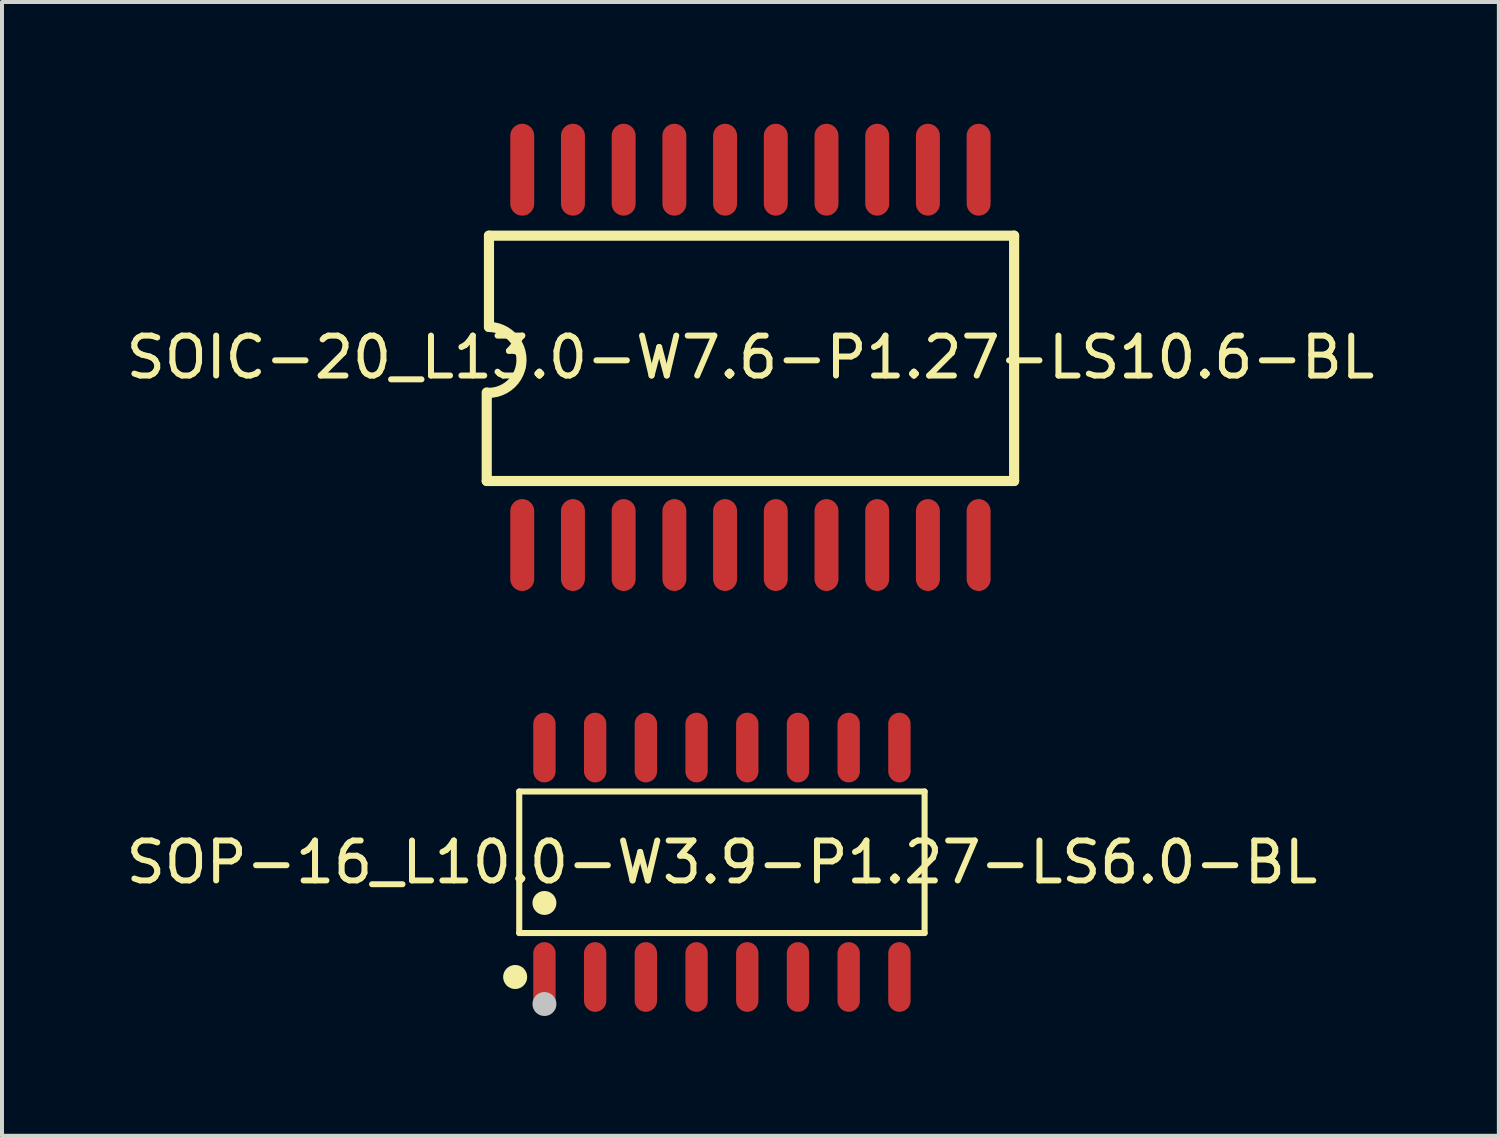
<source format=kicad_pcb>
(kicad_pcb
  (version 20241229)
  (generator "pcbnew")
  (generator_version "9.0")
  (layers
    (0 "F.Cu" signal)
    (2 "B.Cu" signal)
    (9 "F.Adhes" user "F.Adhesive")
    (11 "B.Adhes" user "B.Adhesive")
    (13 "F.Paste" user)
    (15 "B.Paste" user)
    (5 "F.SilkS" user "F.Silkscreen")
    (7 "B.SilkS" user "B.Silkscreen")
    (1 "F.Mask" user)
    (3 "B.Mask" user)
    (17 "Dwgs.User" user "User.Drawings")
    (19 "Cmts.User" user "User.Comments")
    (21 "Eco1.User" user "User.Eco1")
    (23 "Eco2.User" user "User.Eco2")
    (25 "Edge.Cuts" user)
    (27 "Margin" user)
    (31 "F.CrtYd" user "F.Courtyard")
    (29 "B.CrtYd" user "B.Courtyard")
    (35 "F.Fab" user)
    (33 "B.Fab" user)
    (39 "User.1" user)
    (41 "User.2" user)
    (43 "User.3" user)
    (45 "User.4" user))
  (footprint "SOP-16_L10.0-W3.9-P1.27-LS6.0-BL"
    (layer "F.Cu")
    (at 15.03 18.545)
    (property "Reference" "SOP-16_L10.0-W3.9-P1.27-LS6.0-BL" (at 0 0 0) (layer "F.SilkS") (effects (font (size 1 1) (thickness 0.15))))
    (fp_line (start -5.076 -1.772) (end 5.076 -1.772) (stroke (width 0.152) (type default)) (layer "F.SilkS"))
    (fp_line (start -5.076 1.772) (end -5.076 -1.772) (stroke (width 0.152) (type default)) (layer "F.SilkS"))
    (fp_line (start 5.076 -1.772) (end 5.076 1.772) (stroke (width 0.152) (type default)) (layer "F.SilkS"))
    (fp_line (start 5.076 1.772) (end -5.076 1.772) (stroke (width 0.152) (type default)) (layer "F.SilkS"))
    (fp_circle (center -5.178 2.873) (end -5.027 2.873) (stroke (width 0.3) (type default)) (fill no) (layer "F.SilkS"))
    (fp_circle (center -4.445 1.019) (end -4.295 1.019) (stroke (width 0.3) (type default)) (fill no) (layer "F.SilkS"))
    (fp_circle (center -4.445 3.55) (end -4.295 3.55) (stroke (width 0.3) (type default)) (fill no) (layer "Dwgs.User"))
    (fp_poly (pts (xy -4.65 -2.165) (xy -4.65 -3) (xy -4.24 -3) (xy -4.24 -2.165)) (stroke (width 0.1) (type default)) (fill no) (layer "User.1"))
    (fp_poly (pts (xy -4.65 -1.94) (xy -4.65 -2.175) (xy -4.24 -2.175) (xy -4.24 -1.94)) (stroke (width 0.1) (type default)) (fill no) (layer "User.1"))
    (fp_poly (pts (xy -4.65 2.175) (xy -4.65 1.94) (xy -4.24 1.94) (xy -4.24 2.175)) (stroke (width 0.1) (type default)) (fill no) (layer "User.1"))
    (fp_poly (pts (xy -4.65 3) (xy -4.65 2.165) (xy -4.24 2.165) (xy -4.24 3)) (stroke (width 0.1) (type default)) (fill no) (layer "User.1"))
    (fp_poly (pts (xy -3.38 -2.165) (xy -3.38 -3) (xy -2.97 -3) (xy -2.97 -2.165)) (stroke (width 0.1) (type default)) (fill no) (layer "User.1"))
    (fp_poly (pts (xy -3.38 -1.94) (xy -3.38 -2.175) (xy -2.97 -2.175) (xy -2.97 -1.94)) (stroke (width 0.1) (type default)) (fill no) (layer "User.1"))
    (fp_poly (pts (xy -3.38 2.175) (xy -3.38 1.94) (xy -2.97 1.94) (xy -2.97 2.175)) (stroke (width 0.1) (type default)) (fill no) (layer "User.1"))
    (fp_poly (pts (xy -3.38 3) (xy -3.38 2.165) (xy -2.97 2.165) (xy -2.97 3)) (stroke (width 0.1) (type default)) (fill no) (layer "User.1"))
    (fp_poly (pts (xy -2.11 -2.165) (xy -2.11 -3) (xy -1.7 -3) (xy -1.7 -2.165)) (stroke (width 0.1) (type default)) (fill no) (layer "User.1"))
    (fp_poly (pts (xy -2.11 -1.94) (xy -2.11 -2.175) (xy -1.7 -2.175) (xy -1.7 -1.94)) (stroke (width 0.1) (type default)) (fill no) (layer "User.1"))
    (fp_poly (pts (xy -2.11 2.175) (xy -2.11 1.94) (xy -1.7 1.94) (xy -1.7 2.175)) (stroke (width 0.1) (type default)) (fill no) (layer "User.1"))
    (fp_poly (pts (xy -2.11 3) (xy -2.11 2.165) (xy -1.7 2.165) (xy -1.7 3)) (stroke (width 0.1) (type default)) (fill no) (layer "User.1"))
    (fp_poly (pts (xy -0.84 -2.165) (xy -0.84 -3) (xy -0.43 -3) (xy -0.43 -2.165)) (stroke (width 0.1) (type default)) (fill no) (layer "User.1"))
    (fp_poly (pts (xy -0.84 -1.94) (xy -0.84 -2.175) (xy -0.43 -2.175) (xy -0.43 -1.94)) (stroke (width 0.1) (type default)) (fill no) (layer "User.1"))
    (fp_poly (pts (xy -0.84 2.175) (xy -0.84 1.94) (xy -0.43 1.94) (xy -0.43 2.175)) (stroke (width 0.1) (type default)) (fill no) (layer "User.1"))
    (fp_poly (pts (xy -0.84 3) (xy -0.84 2.165) (xy -0.43 2.165) (xy -0.43 3)) (stroke (width 0.1) (type default)) (fill no) (layer "User.1"))
    (fp_poly (pts (xy 0.43 -2.165) (xy 0.43 -3) (xy 0.84 -3) (xy 0.84 -2.165)) (stroke (width 0.1) (type default)) (fill no) (layer "User.1"))
    (fp_poly (pts (xy 0.43 -1.94) (xy 0.43 -2.175) (xy 0.84 -2.175) (xy 0.84 -1.94)) (stroke (width 0.1) (type default)) (fill no) (layer "User.1"))
    (fp_poly (pts (xy 0.43 2.175) (xy 0.43 1.94) (xy 0.84 1.94) (xy 0.84 2.175)) (stroke (width 0.1) (type default)) (fill no) (layer "User.1"))
    (fp_poly (pts (xy 0.43 3) (xy 0.43 2.165) (xy 0.84 2.165) (xy 0.84 3)) (stroke (width 0.1) (type default)) (fill no) (layer "User.1"))
    (fp_poly (pts (xy 1.7 -2.165) (xy 1.7 -3) (xy 2.11 -3) (xy 2.11 -2.165)) (stroke (width 0.1) (type default)) (fill no) (layer "User.1"))
    (fp_poly (pts (xy 1.7 -1.94) (xy 1.7 -2.175) (xy 2.11 -2.175) (xy 2.11 -1.94)) (stroke (width 0.1) (type default)) (fill no) (layer "User.1"))
    (fp_poly (pts (xy 1.7 2.175) (xy 1.7 1.94) (xy 2.11 1.94) (xy 2.11 2.175)) (stroke (width 0.1) (type default)) (fill no) (layer "User.1"))
    (fp_poly (pts (xy 1.7 3) (xy 1.7 2.165) (xy 2.11 2.165) (xy 2.11 3)) (stroke (width 0.1) (type default)) (fill no) (layer "User.1"))
    (fp_poly (pts (xy 2.97 -2.165) (xy 2.97 -3) (xy 3.38 -3) (xy 3.38 -2.165)) (stroke (width 0.1) (type default)) (fill no) (layer "User.1"))
    (fp_poly (pts (xy 2.97 -1.94) (xy 2.97 -2.175) (xy 3.38 -2.175) (xy 3.38 -1.94)) (stroke (width 0.1) (type default)) (fill no) (layer "User.1"))
    (fp_poly (pts (xy 2.97 2.175) (xy 2.97 1.94) (xy 3.38 1.94) (xy 3.38 2.175)) (stroke (width 0.1) (type default)) (fill no) (layer "User.1"))
    (fp_poly (pts (xy 2.97 3) (xy 2.97 2.165) (xy 3.38 2.165) (xy 3.38 3)) (stroke (width 0.1) (type default)) (fill no) (layer "User.1"))
    (fp_poly (pts (xy 4.24 -2.165) (xy 4.24 -3) (xy 4.65 -3) (xy 4.65 -2.165)) (stroke (width 0.1) (type default)) (fill no) (layer "User.1"))
    (fp_poly (pts (xy 4.24 -1.94) (xy 4.24 -2.175) (xy 4.65 -2.175) (xy 4.65 -1.94)) (stroke (width 0.1) (type default)) (fill no) (layer "User.1"))
    (fp_poly (pts (xy 4.24 2.175) (xy 4.24 1.94) (xy 4.65 1.94) (xy 4.65 2.175)) (stroke (width 0.1) (type default)) (fill no) (layer "User.1"))
    (fp_poly (pts (xy 4.24 3) (xy 4.24 2.165) (xy 4.65 2.165) (xy 4.65 3)) (stroke (width 0.1) (type default)) (fill no) (layer "User.1"))
    (fp_line (start -4.95 -1.95) (end 4.95 -1.95) (stroke (width 0.051) (type default)) (layer "User.2"))
    (fp_line (start -4.95 1.95) (end -4.95 -1.95) (stroke (width 0.051) (type default)) (layer "User.2"))
    (fp_line (start 4.95 -1.95) (end 4.95 1.95) (stroke (width 0.051) (type default)) (layer "User.2"))
    (fp_line (start 4.95 1.95) (end -4.95 1.95) (stroke (width 0.051) (type default)) (layer "User.2"))
    (fp_poly (pts (xy -4.94 3.15) (xy -4.958 3.108) (xy -5 3.09) (xy -5.042 3.108) (xy -5.06 3.15) (xy -5.042 3.192) (xy -5 3.21) (xy -4.958 3.192)) (stroke (width 0.1) (type default)) (fill no) (layer "User.3"))
    (pad "1" smd oval (at -4.445 2.873) (size 0.56 1.745) (layers "F.Cu" "F.Mask" "F.Paste"))
    (pad "2" smd oval (at -3.175 2.873) (size 0.56 1.745) (layers "F.Cu" "F.Mask" "F.Paste"))
    (pad "3" smd oval (at -1.905 2.873) (size 0.56 1.745) (layers "F.Cu" "F.Mask" "F.Paste"))
    (pad "4" smd oval (at -0.635 2.873) (size 0.56 1.745) (layers "F.Cu" "F.Mask" "F.Paste"))
    (pad "5" smd oval (at 0.635 2.873) (size 0.56 1.745) (layers "F.Cu" "F.Mask" "F.Paste"))
    (pad "6" smd oval (at 1.905 2.873) (size 0.56 1.745) (layers "F.Cu" "F.Mask" "F.Paste"))
    (pad "7" smd oval (at 3.175 2.873) (size 0.56 1.745) (layers "F.Cu" "F.Mask" "F.Paste"))
    (pad "8" smd oval (at 4.445 2.873) (size 0.56 1.745) (layers "F.Cu" "F.Mask" "F.Paste"))
    (pad "9" smd oval (at 4.445 -2.873) (size 0.56 1.745) (layers "F.Cu" "F.Mask" "F.Paste"))
    (pad "10" smd oval (at 3.175 -2.873) (size 0.56 1.745) (layers "F.Cu" "F.Mask" "F.Paste"))
    (pad "11" smd oval (at 1.905 -2.873) (size 0.56 1.745) (layers "F.Cu" "F.Mask" "F.Paste"))
    (pad "12" smd oval (at 0.635 -2.873) (size 0.56 1.745) (layers "F.Cu" "F.Mask" "F.Paste"))
    (pad "13" smd oval (at -0.635 -2.873) (size 0.56 1.745) (layers "F.Cu" "F.Mask" "F.Paste"))
    (pad "14" smd oval (at -1.905 -2.873) (size 0.56 1.745) (layers "F.Cu" "F.Mask" "F.Paste"))
    (pad "15" smd oval (at -3.175 -2.873) (size 0.56 1.745) (layers "F.Cu" "F.Mask" "F.Paste"))
    (pad "16" smd oval (at -4.445 -2.873) (size 0.56 1.745) (layers "F.Cu" "F.Mask" "F.Paste")))
  (footprint "SOIC-20_L13.0-W7.6-P1.27-LS10.6-BL"
    (layer "F.Cu")
    (at 15.744 5.9)
    (property "Reference" "SOIC-20_L13.0-W7.6-P1.27-LS10.6-BL" (at 0 0 0) (layer "F.SilkS") (effects (font (size 1 1) (thickness 0.15))))
    (fp_line (start -6.604 3.096) (end -6.604 0.879) (stroke (width 0.254) (type default)) (layer "F.SilkS"))
    (fp_line (start -6.548 -3.048) (end 6.604 -3.048) (stroke (width 0.254) (type default)) (layer "F.SilkS"))
    (fp_line (start -6.548 -0.762) (end -6.548 -3.048) (stroke (width 0.254) (type default)) (layer "F.SilkS"))
    (fp_line (start 6.604 -3.048) (end 6.604 3.096) (stroke (width 0.254) (type default)) (layer "F.SilkS"))
    (fp_line (start 6.604 3.096) (end -6.604 3.096) (stroke (width 0.254) (type default)) (layer "F.SilkS"))
    (fp_arc (start -6.5475 -0.762) (mid -5.734504 0.07625) (end -6.573 0.889) (stroke (width 0.254) (type default)) (layer "F.SilkS"))
    (fp_poly (pts (xy -6.015 -5.85) (xy -5.415 -5.85) (xy -5.415 -3.55) (xy -6.015 -3.55)) (stroke (width 0.1) (type default)) (fill no) (layer "User.1"))
    (fp_poly (pts (xy -6.015 3.55) (xy -5.415 3.55) (xy -5.415 5.85) (xy -6.015 5.85)) (stroke (width 0.1) (type default)) (fill no) (layer "User.1"))
    (fp_poly (pts (xy -4.745 -5.85) (xy -4.145 -5.85) (xy -4.145 -3.55) (xy -4.745 -3.55)) (stroke (width 0.1) (type default)) (fill no) (layer "User.1"))
    (fp_poly (pts (xy -4.745 3.55) (xy -4.145 3.55) (xy -4.145 5.85) (xy -4.745 5.85)) (stroke (width 0.1) (type default)) (fill no) (layer "User.1"))
    (fp_poly (pts (xy -3.475 -5.85) (xy -2.875 -5.85) (xy -2.875 -3.55) (xy -3.475 -3.55)) (stroke (width 0.1) (type default)) (fill no) (layer "User.1"))
    (fp_poly (pts (xy -3.475 3.55) (xy -2.875 3.55) (xy -2.875 5.85) (xy -3.475 5.85)) (stroke (width 0.1) (type default)) (fill no) (layer "User.1"))
    (fp_poly (pts (xy -2.205 -5.85) (xy -1.605 -5.85) (xy -1.605 -3.55) (xy -2.205 -3.55)) (stroke (width 0.1) (type default)) (fill no) (layer "User.1"))
    (fp_poly (pts (xy -2.205 3.55) (xy -1.605 3.55) (xy -1.605 5.85) (xy -2.205 5.85)) (stroke (width 0.1) (type default)) (fill no) (layer "User.1"))
    (fp_poly (pts (xy -0.935 -5.85) (xy -0.335 -5.85) (xy -0.335 -3.55) (xy -0.935 -3.55)) (stroke (width 0.1) (type default)) (fill no) (layer "User.1"))
    (fp_poly (pts (xy -0.935 3.55) (xy -0.335 3.55) (xy -0.335 5.85) (xy -0.935 5.85)) (stroke (width 0.1) (type default)) (fill no) (layer "User.1"))
    (fp_poly (pts (xy 0.335 -5.85) (xy 0.935 -5.85) (xy 0.935 -3.55) (xy 0.335 -3.55)) (stroke (width 0.1) (type default)) (fill no) (layer "User.1"))
    (fp_poly (pts (xy 0.335 3.55) (xy 0.935 3.55) (xy 0.935 5.85) (xy 0.335 5.85)) (stroke (width 0.1) (type default)) (fill no) (layer "User.1"))
    (fp_poly (pts (xy 1.605 -5.85) (xy 2.205 -5.85) (xy 2.205 -3.55) (xy 1.605 -3.55)) (stroke (width 0.1) (type default)) (fill no) (layer "User.1"))
    (fp_poly (pts (xy 1.605 3.55) (xy 2.205 3.55) (xy 2.205 5.85) (xy 1.605 5.85)) (stroke (width 0.1) (type default)) (fill no) (layer "User.1"))
    (fp_poly (pts (xy 2.875 -5.85) (xy 3.475 -5.85) (xy 3.475 -3.55) (xy 2.875 -3.55)) (stroke (width 0.1) (type default)) (fill no) (layer "User.1"))
    (fp_poly (pts (xy 2.875 3.55) (xy 3.475 3.55) (xy 3.475 5.85) (xy 2.875 5.85)) (stroke (width 0.1) (type default)) (fill no) (layer "User.1"))
    (fp_poly (pts (xy 4.145 -5.85) (xy 4.745 -5.85) (xy 4.745 -3.55) (xy 4.145 -3.55)) (stroke (width 0.1) (type default)) (fill no) (layer "User.1"))
    (fp_poly (pts (xy 4.145 3.55) (xy 4.745 3.55) (xy 4.745 5.85) (xy 4.145 5.85)) (stroke (width 0.1) (type default)) (fill no) (layer "User.1"))
    (fp_poly (pts (xy 5.415 -5.85) (xy 6.015 -5.85) (xy 6.015 -3.55) (xy 5.415 -3.55)) (stroke (width 0.1) (type default)) (fill no) (layer "User.1"))
    (fp_poly (pts (xy 5.415 3.55) (xy 6.015 3.55) (xy 6.015 5.85) (xy 5.415 5.85)) (stroke (width 0.1) (type default)) (fill no) (layer "User.1"))
    (fp_line (start -6.731 -5.85) (end 6.731 -5.85) (stroke (width 0.051) (type default)) (layer "User.2"))
    (fp_line (start -6.731 5.85) (end -6.731 -5.85) (stroke (width 0.051) (type default)) (layer "User.2"))
    (fp_line (start 6.731 -5.85) (end 6.731 5.85) (stroke (width 0.051) (type default)) (layer "User.2"))
    (fp_line (start 6.731 5.85) (end -6.731 5.85) (stroke (width 0.051) (type default)) (layer "User.2"))
    (pad "1" smd oval (at -5.715 4.7 180) (size 0.6 2.3) (layers "F.Cu" "F.Mask" "F.Paste"))
    (pad "2" smd oval (at -4.445 4.7 180) (size 0.6 2.3) (layers "F.Cu" "F.Mask" "F.Paste"))
    (pad "3" smd oval (at -3.175 4.7 180) (size 0.6 2.3) (layers "F.Cu" "F.Mask" "F.Paste"))
    (pad "4" smd oval (at -1.905 4.7 180) (size 0.6 2.3) (layers "F.Cu" "F.Mask" "F.Paste"))
    (pad "5" smd oval (at -0.635 4.7 180) (size 0.6 2.3) (layers "F.Cu" "F.Mask" "F.Paste"))
    (pad "6" smd oval (at 0.635 4.7 180) (size 0.6 2.3) (layers "F.Cu" "F.Mask" "F.Paste"))
    (pad "7" smd oval (at 1.905 4.7 180) (size 0.6 2.3) (layers "F.Cu" "F.Mask" "F.Paste"))
    (pad "8" smd oval (at 3.175 4.7 180) (size 0.6 2.3) (layers "F.Cu" "F.Mask" "F.Paste"))
    (pad "9" smd oval (at 4.445 4.7 180) (size 0.6 2.3) (layers "F.Cu" "F.Mask" "F.Paste"))
    (pad "10" smd oval (at 5.715 4.7 180) (size 0.6 2.3) (layers "F.Cu" "F.Mask" "F.Paste"))
    (pad "11" smd oval (at 5.715 -4.7 180) (size 0.6 2.3) (layers "F.Cu" "F.Mask" "F.Paste"))
    (pad "12" smd oval (at 4.445 -4.7 180) (size 0.6 2.3) (layers "F.Cu" "F.Mask" "F.Paste"))
    (pad "13" smd oval (at 3.175 -4.7 180) (size 0.6 2.3) (layers "F.Cu" "F.Mask" "F.Paste"))
    (pad "14" smd oval (at 1.905 -4.7 180) (size 0.6 2.3) (layers "F.Cu" "F.Mask" "F.Paste"))
    (pad "15" smd oval (at 0.635 -4.7 180) (size 0.6 2.3) (layers "F.Cu" "F.Mask" "F.Paste"))
    (pad "16" smd oval (at -0.635 -4.7 180) (size 0.6 2.3) (layers "F.Cu" "F.Mask" "F.Paste"))
    (pad "17" smd oval (at -1.905 -4.7 180) (size 0.6 2.3) (layers "F.Cu" "F.Mask" "F.Paste"))
    (pad "18" smd oval (at -3.175 -4.7 180) (size 0.6 2.3) (layers "F.Cu" "F.Mask" "F.Paste"))
    (pad "19" smd oval (at -4.445 -4.7 180) (size 0.6 2.3) (layers "F.Cu" "F.Mask" "F.Paste"))
    (pad "20" smd oval (at -5.715 -4.7 180) (size 0.6 2.3) (layers "F.Cu" "F.Mask" "F.Paste")))
  (gr_rect
    (start -3 -3)
    (end 34.488 25.395)
    (stroke (width 0.1) (type default))
    (fill no)
    (layer "Edge.Cuts")))
</source>
